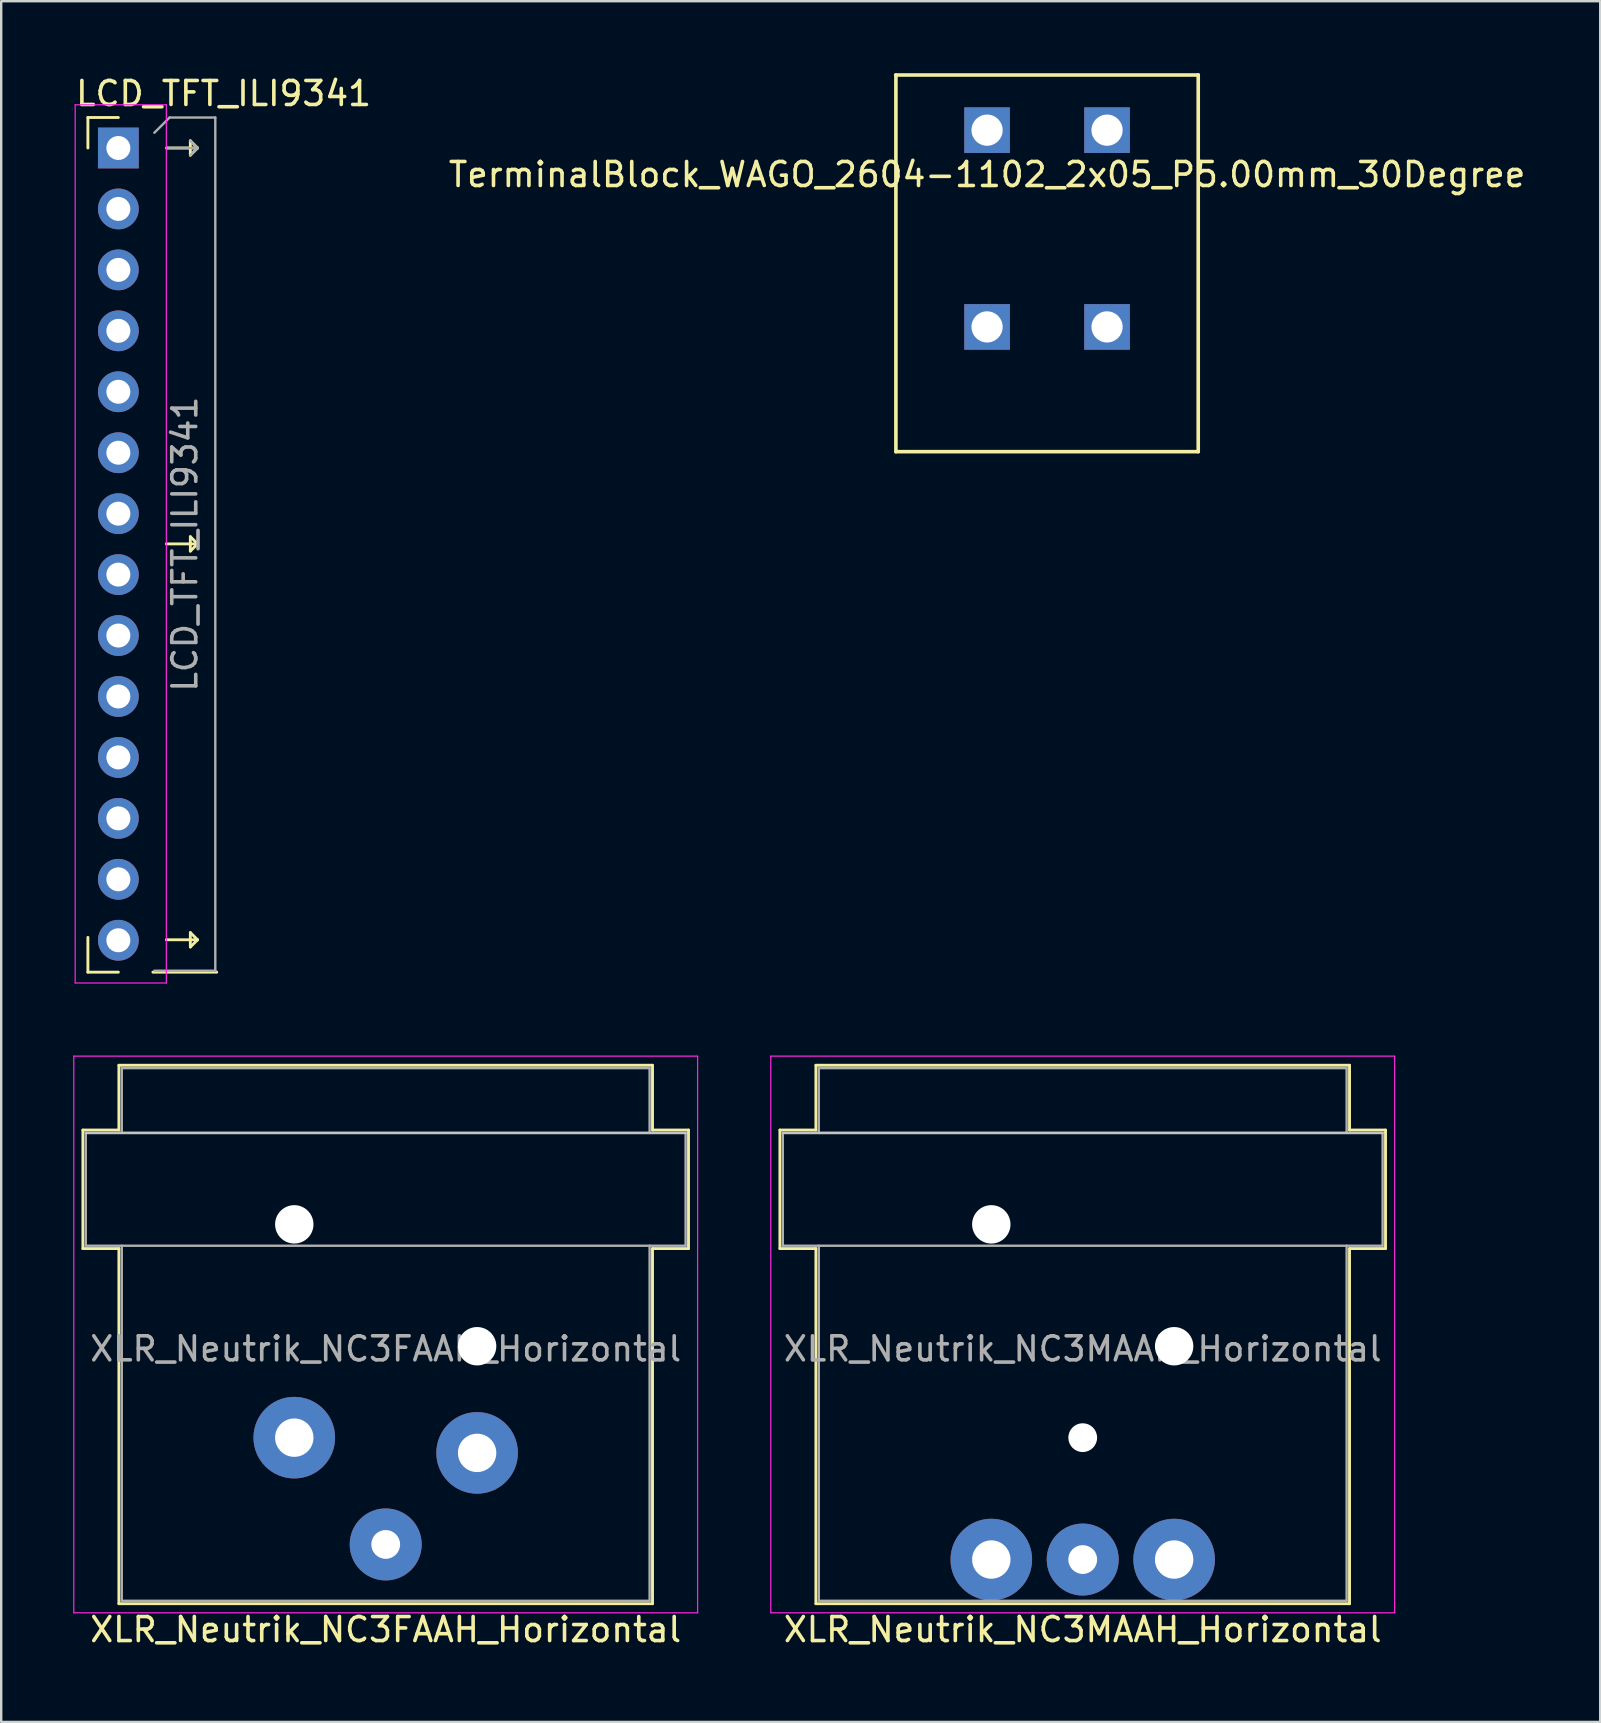
<source format=kicad_pcb>
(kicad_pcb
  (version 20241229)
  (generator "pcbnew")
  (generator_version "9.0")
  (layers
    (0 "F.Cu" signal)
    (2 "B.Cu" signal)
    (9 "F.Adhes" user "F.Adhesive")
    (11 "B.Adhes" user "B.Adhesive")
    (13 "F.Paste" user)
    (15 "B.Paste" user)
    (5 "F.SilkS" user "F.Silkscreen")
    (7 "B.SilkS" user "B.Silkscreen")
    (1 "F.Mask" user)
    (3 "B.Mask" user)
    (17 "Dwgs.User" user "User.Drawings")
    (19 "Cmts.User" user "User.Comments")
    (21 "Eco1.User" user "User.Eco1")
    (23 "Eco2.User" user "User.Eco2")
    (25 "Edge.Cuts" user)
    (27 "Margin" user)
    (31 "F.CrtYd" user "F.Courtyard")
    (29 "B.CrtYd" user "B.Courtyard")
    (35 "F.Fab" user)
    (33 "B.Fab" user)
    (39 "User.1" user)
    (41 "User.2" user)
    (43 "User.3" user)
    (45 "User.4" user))
  (footprint "XLR_Neutrik_NC3MAAH_Horizontal"
    (layer "F.Cu")
    (at 38.265 56.868)
    (property "Reference" "XLR_Neutrik_NC3MAAH_Horizontal" (at 3.81 8 0) (layer "F.SilkS") (effects (font (size 1 1) (thickness 0.15))))
    (attr through_hole)
    (fp_line (start -8.81 -12.82) (end -8.81 -7.88) (stroke (width 0.12) (type solid)) (layer "F.SilkS"))
    (fp_line (start -8.81 -12.82) (end -7.31 -12.82) (stroke (width 0.12) (type solid)) (layer "F.SilkS"))
    (fp_line (start -7.31 -15.52) (end 14.93 -15.52) (stroke (width 0.12) (type solid)) (layer "F.SilkS"))
    (fp_line (start -7.31 -12.82) (end -7.31 -15.52) (stroke (width 0.12) (type solid)) (layer "F.SilkS"))
    (fp_line (start -7.31 -7.88) (end -8.81 -7.88) (stroke (width 0.12) (type solid)) (layer "F.SilkS"))
    (fp_line (start -7.31 -7.88) (end -7.31 6.92) (stroke (width 0.12) (type solid)) (layer "F.SilkS"))
    (fp_line (start -7.31 6.92) (end 14.93 6.92) (stroke (width 0.12) (type solid)) (layer "F.SilkS"))
    (fp_line (start 14.93 -12.82) (end 14.93 -15.52) (stroke (width 0.12) (type solid)) (layer "F.SilkS"))
    (fp_line (start 14.93 -12.82) (end 16.43 -12.82) (stroke (width 0.12) (type solid)) (layer "F.SilkS"))
    (fp_line (start 14.93 -7.88) (end 14.93 6.92) (stroke (width 0.12) (type solid)) (layer "F.SilkS"))
    (fp_line (start 16.43 -12.82) (end 16.43 -7.88) (stroke (width 0.12) (type solid)) (layer "F.SilkS"))
    (fp_line (start 16.43 -7.88) (end 14.93 -7.88) (stroke (width 0.12) (type solid)) (layer "F.SilkS"))
    (fp_line (start -8.69 -12.7) (end 16.31 -12.7) (stroke (width 0.1) (type solid)) (layer "Dwgs.User"))
    (fp_line (start -9.19 -15.9) (end -9.19 7.3) (stroke (width 0.05) (type solid)) (layer "F.CrtYd"))
    (fp_line (start -9.19 -15.9) (end 16.81 -15.9) (stroke (width 0.05) (type solid)) (layer "F.CrtYd"))
    (fp_line (start -9.19 7.3) (end 16.81 7.3) (stroke (width 0.05) (type solid)) (layer "F.CrtYd"))
    (fp_line (start 16.81 -15.9) (end 16.81 7.3) (stroke (width 0.05) (type solid)) (layer "F.CrtYd"))
    (fp_line (start -8.69 -12.7) (end 16.31 -12.7) (stroke (width 0.1) (type solid)) (layer "F.Fab"))
    (fp_line (start -8.69 -8) (end -8.69 -12.7) (stroke (width 0.1) (type solid)) (layer "F.Fab"))
    (fp_line (start -7.19 -15.4) (end 14.81 -15.4) (stroke (width 0.1) (type solid)) (layer "F.Fab"))
    (fp_line (start -7.19 -12.7) (end -7.19 -15.4) (stroke (width 0.1) (type solid)) (layer "F.Fab"))
    (fp_line (start -7.19 -8) (end -7.19 6.8) (stroke (width 0.1) (type solid)) (layer "F.Fab"))
    (fp_line (start -7.19 6.8) (end 14.81 6.8) (stroke (width 0.1) (type solid)) (layer "F.Fab"))
    (fp_line (start 14.81 -15.4) (end 14.81 -12.7) (stroke (width 0.1) (type solid)) (layer "F.Fab"))
    (fp_line (start 14.81 6.8) (end 14.81 -8) (stroke (width 0.1) (type solid)) (layer "F.Fab"))
    (fp_line (start 16.31 -12.7) (end 16.31 -8) (stroke (width 0.1) (type solid)) (layer "F.Fab"))
    (fp_line (start 16.31 -8) (end -8.69 -8) (stroke (width 0.1) (type solid)) (layer "F.Fab"))
    (fp_text user "${REFERENCE}" (at 3.81 -3.7 0) (layer "F.Fab") (effects (font (size 1 1) (thickness 0.15))))
    (pad "" np_thru_hole circle (at 0 -8.89) (size 1.6 1.6) (drill 1.6) (layers "*.Cu" "*.Mask"))
    (pad "" np_thru_hole circle (at 3.81 0) (size 1.2 1.2) (drill 1.2) (layers "*.Cu" "*.Mask"))
    (pad "" np_thru_hole circle (at 7.62 -3.81) (size 1.6 1.6) (drill 1.6) (layers "*.Cu" "*.Mask"))
    (pad "1" thru_hole circle (at 0 5.08) (size 3.4 3.4) (drill 1.6) (layers "*.Cu" "*.Mask"))
    (pad "2" thru_hole circle (at 7.62 5.08) (size 3.4 3.4) (drill 1.6) (layers "*.Cu" "*.Mask"))
    (pad "3" thru_hole circle (at 3.81 5.08) (size 3 3) (drill 1.2) (layers "*.Cu" "*.Mask")))
  (footprint "XLR_Neutrik_NC3FAAH_Horizontal"
    (layer "F.Cu")
    (at 9.215 56.868)
    (property "Reference" "XLR_Neutrik_NC3FAAH_Horizontal" (at 3.81 8 0) (layer "F.SilkS") (effects (font (size 1 1) (thickness 0.15))))
    (attr through_hole)
    (fp_line (start -8.81 -12.82) (end -8.81 -7.88) (stroke (width 0.12) (type solid)) (layer "F.SilkS"))
    (fp_line (start -8.81 -12.82) (end -7.31 -12.82) (stroke (width 0.12) (type solid)) (layer "F.SilkS"))
    (fp_line (start -7.31 -15.52) (end 14.93 -15.52) (stroke (width 0.12) (type solid)) (layer "F.SilkS"))
    (fp_line (start -7.31 -12.82) (end -7.31 -15.52) (stroke (width 0.12) (type solid)) (layer "F.SilkS"))
    (fp_line (start -7.31 -7.88) (end -8.81 -7.88) (stroke (width 0.12) (type solid)) (layer "F.SilkS"))
    (fp_line (start -7.31 -7.88) (end -7.31 6.92) (stroke (width 0.12) (type solid)) (layer "F.SilkS"))
    (fp_line (start -7.31 6.92) (end 14.93 6.92) (stroke (width 0.12) (type solid)) (layer "F.SilkS"))
    (fp_line (start 14.93 -12.82) (end 14.93 -15.52) (stroke (width 0.12) (type solid)) (layer "F.SilkS"))
    (fp_line (start 14.93 -12.82) (end 16.43 -12.82) (stroke (width 0.12) (type solid)) (layer "F.SilkS"))
    (fp_line (start 14.93 -7.88) (end 14.93 6.92) (stroke (width 0.12) (type solid)) (layer "F.SilkS"))
    (fp_line (start 16.43 -12.82) (end 16.43 -7.88) (stroke (width 0.12) (type solid)) (layer "F.SilkS"))
    (fp_line (start 16.43 -7.88) (end 14.93 -7.88) (stroke (width 0.12) (type solid)) (layer "F.SilkS"))
    (fp_line (start -8.69 -12.7) (end 16.31 -12.7) (stroke (width 0.1) (type solid)) (layer "Dwgs.User"))
    (fp_line (start -9.19 -15.9) (end -9.19 7.3) (stroke (width 0.05) (type solid)) (layer "F.CrtYd"))
    (fp_line (start -9.19 -15.9) (end 16.81 -15.9) (stroke (width 0.05) (type solid)) (layer "F.CrtYd"))
    (fp_line (start -9.19 7.3) (end 16.81 7.3) (stroke (width 0.05) (type solid)) (layer "F.CrtYd"))
    (fp_line (start 16.81 -15.9) (end 16.81 7.3) (stroke (width 0.05) (type solid)) (layer "F.CrtYd"))
    (fp_line (start -8.69 -12.7) (end 16.31 -12.7) (stroke (width 0.1) (type solid)) (layer "F.Fab"))
    (fp_line (start -8.69 -8) (end -8.69 -12.7) (stroke (width 0.1) (type solid)) (layer "F.Fab"))
    (fp_line (start -7.19 -15.4) (end 14.81 -15.4) (stroke (width 0.1) (type solid)) (layer "F.Fab"))
    (fp_line (start -7.19 -12.7) (end -7.19 -15.4) (stroke (width 0.1) (type solid)) (layer "F.Fab"))
    (fp_line (start -7.19 -8) (end -7.19 6.8) (stroke (width 0.1) (type solid)) (layer "F.Fab"))
    (fp_line (start -7.19 6.8) (end 14.81 6.8) (stroke (width 0.1) (type solid)) (layer "F.Fab"))
    (fp_line (start 14.81 -15.4) (end 14.81 -12.7) (stroke (width 0.1) (type solid)) (layer "F.Fab"))
    (fp_line (start 14.81 6.8) (end 14.81 -8) (stroke (width 0.1) (type solid)) (layer "F.Fab"))
    (fp_line (start 16.31 -12.7) (end 16.31 -8) (stroke (width 0.1) (type solid)) (layer "F.Fab"))
    (fp_line (start 16.31 -8) (end -8.69 -8) (stroke (width 0.1) (type solid)) (layer "F.Fab"))
    (fp_text user "${REFERENCE}" (at 3.81 -3.7 0) (layer "F.Fab") (effects (font (size 1 1) (thickness 0.15))))
    (pad "" np_thru_hole circle (at 0 -8.89) (size 1.6 1.6) (drill 1.6) (layers "*.Cu" "*.Mask"))
    (pad "" np_thru_hole circle (at 7.62 -3.81) (size 1.6 1.6) (drill 1.6) (layers "*.Cu" "*.Mask"))
    (pad "1" thru_hole circle (at 0 0) (size 3.4 3.4) (drill 1.6) (layers "*.Cu" "*.Mask"))
    (pad "2" thru_hole circle (at 7.62 0.635) (size 3.4 3.4) (drill 1.6) (layers "*.Cu" "*.Mask"))
    (pad "3" thru_hole circle (at 3.81 4.45) (size 3 3) (drill 1.2) (layers "*.Cu" "*.Mask")))
  (footprint "LCD_TFT_ILI9341"
    (layer "F.Cu")
    (at 1.883 3.118)
    (property "Reference" "LCD_TFT_ILI9341" (at 4.385 -2.27 0) (layer "F.SilkS") (effects (font (size 1 1) (thickness 0.15))))
    (attr through_hole)
    (fp_line (start -1.27 -1.27) (end 0 -1.27) (stroke (width 0.12) (type solid)) (layer "F.SilkS"))
    (fp_line (start -1.27 0) (end -1.27 -1.27) (stroke (width 0.12) (type solid)) (layer "F.SilkS"))
    (fp_line (start -1.27 34.35) (end -1.27 32.9) (stroke (width 0.12) (type solid)) (layer "F.SilkS"))
    (fp_line (start 0 34.35) (end -1.27 34.35) (stroke (width 0.12) (type solid)) (layer "F.SilkS"))
    (fp_line (start 1.44 34.35) (end 4.1 34.35) (stroke (width 0.12) (type solid)) (layer "F.SilkS"))
    (fp_line (start 2 0) (end 3.3 0) (stroke (width 0.12) (type solid)) (layer "F.SilkS"))
    (fp_line (start 2 16.5) (end 3.3 16.5) (stroke (width 0.12) (type solid)) (layer "F.SilkS"))
    (fp_line (start 2 33) (end 3.3 33) (stroke (width 0.12) (type solid)) (layer "F.SilkS"))
    (fp_line (start 3 -0.3) (end 3 0.3) (stroke (width 0.12) (type solid)) (layer "F.SilkS"))
    (fp_line (start 3 0.3) (end 3.3 0) (stroke (width 0.12) (type solid)) (layer "F.SilkS"))
    (fp_line (start 3 16.2) (end 3 16.8) (stroke (width 0.12) (type solid)) (layer "F.SilkS"))
    (fp_line (start 3 16.8) (end 3.3 16.5) (stroke (width 0.12) (type solid)) (layer "F.SilkS"))
    (fp_line (start 3 32.7) (end 3 33.3) (stroke (width 0.12) (type solid)) (layer "F.SilkS"))
    (fp_line (start 3 33.3) (end 3.3 33) (stroke (width 0.12) (type solid)) (layer "F.SilkS"))
    (fp_line (start 3.3 0) (end 3 -0.3) (stroke (width 0.12) (type solid)) (layer "F.SilkS"))
    (fp_line (start 3.3 16.5) (end 3 16.2) (stroke (width 0.12) (type solid)) (layer "F.SilkS"))
    (fp_line (start 3.3 33) (end 3 32.7) (stroke (width 0.12) (type solid)) (layer "F.SilkS"))
    (fp_line (start -1.8 -1.8) (end -1.8 34.8) (stroke (width 0.05) (type solid)) (layer "F.CrtYd"))
    (fp_line (start -1.8 34.8) (end 2 34.8) (stroke (width 0.05) (type solid)) (layer "F.CrtYd"))
    (fp_line (start 2 -1.8) (end -1.8 -1.8) (stroke (width 0.05) (type solid)) (layer "F.CrtYd"))
    (fp_line (start 2 34.8) (end 2 -1.8) (stroke (width 0.05) (type solid)) (layer "F.CrtYd"))
    (fp_line (start -0.32 -0.32) (end -0.32 0.32) (stroke (width 0.1) (type solid)) (layer "F.Fab"))
    (fp_line (start -0.32 2.22) (end -0.32 2.86) (stroke (width 0.1) (type solid)) (layer "F.Fab"))
    (fp_line (start -0.32 4.76) (end -0.32 5.4) (stroke (width 0.1) (type solid)) (layer "F.Fab"))
    (fp_line (start -0.32 7.3) (end -0.32 7.94) (stroke (width 0.1) (type solid)) (layer "F.Fab"))
    (fp_line (start -0.32 9.84) (end -0.32 10.48) (stroke (width 0.1) (type solid)) (layer "F.Fab"))
    (fp_line (start -0.32 12.38) (end -0.32 13.02) (stroke (width 0.1) (type solid)) (layer "F.Fab"))
    (fp_line (start -0.32 14.92) (end -0.32 15.56) (stroke (width 0.1) (type solid)) (layer "F.Fab"))
    (fp_line (start -0.32 17.46) (end -0.32 18.1) (stroke (width 0.1) (type solid)) (layer "F.Fab"))
    (fp_line (start -0.32 20) (end -0.32 20.64) (stroke (width 0.1) (type solid)) (layer "F.Fab"))
    (fp_line (start -0.32 22.54) (end -0.32 23.18) (stroke (width 0.1) (type solid)) (layer "F.Fab"))
    (fp_line (start -0.32 25.08) (end -0.32 25.72) (stroke (width 0.1) (type solid)) (layer "F.Fab"))
    (fp_line (start -0.32 27.62) (end -0.32 28.26) (stroke (width 0.1) (type solid)) (layer "F.Fab"))
    (fp_line (start -0.32 30.16) (end -0.32 30.8) (stroke (width 0.1) (type solid)) (layer "F.Fab"))
    (fp_line (start -0.32 32.7) (end -0.32 33.34) (stroke (width 0.1) (type solid)) (layer "F.Fab"))
    (fp_line (start 1.5 -0.635) (end 2.135 -1.27) (stroke (width 0.1) (type solid)) (layer "F.Fab"))
    (fp_line (start 2 0) (end 3.3 0) (stroke (width 0.1) (type solid)) (layer "F.Fab"))
    (fp_line (start 2.135 -1.27) (end 4.04 -1.27) (stroke (width 0.1) (type solid)) (layer "F.Fab"))
    (fp_line (start 3.3 0) (end 3 -0.3) (stroke (width 0.1) (type solid)) (layer "F.Fab"))
    (fp_line (start 3.3 0) (end 3 0.3) (stroke (width 0.1) (type solid)) (layer "F.Fab"))
    (fp_line (start 4.04 -1.27) (end 4.04 34.29) (stroke (width 0.1) (type solid)) (layer "F.Fab"))
    (fp_line (start 4.04 34.29) (end 1.5 34.29) (stroke (width 0.1) (type solid)) (layer "F.Fab"))
    (fp_text user "${REFERENCE}" (at 2.77 16.51 90) (layer "F.Fab") (effects (font (size 1 1) (thickness 0.15))))
    (pad "1" thru_hole rect (at 0 0) (size 1.7 1.7) (drill 1) (layers "*.Cu" "*.Mask"))
    (pad "2" thru_hole oval (at 0 2.54) (size 1.7 1.7) (drill 1) (layers "*.Cu" "*.Mask"))
    (pad "3" thru_hole oval (at 0 5.08) (size 1.7 1.7) (drill 1) (layers "*.Cu" "*.Mask"))
    (pad "4" thru_hole oval (at 0 7.62) (size 1.7 1.7) (drill 1) (layers "*.Cu" "*.Mask"))
    (pad "5" thru_hole oval (at 0 10.16) (size 1.7 1.7) (drill 1) (layers "*.Cu" "*.Mask"))
    (pad "6" thru_hole oval (at 0 12.7) (size 1.7 1.7) (drill 1) (layers "*.Cu" "*.Mask"))
    (pad "7" thru_hole oval (at 0 15.24) (size 1.7 1.7) (drill 1) (layers "*.Cu" "*.Mask"))
    (pad "8" thru_hole oval (at 0 17.78) (size 1.7 1.7) (drill 1) (layers "*.Cu" "*.Mask"))
    (pad "9" thru_hole oval (at 0 20.32) (size 1.7 1.7) (drill 1) (layers "*.Cu" "*.Mask"))
    (pad "10" thru_hole oval (at 0 22.86) (size 1.7 1.7) (drill 1) (layers "*.Cu" "*.Mask"))
    (pad "11" thru_hole oval (at 0 25.4) (size 1.7 1.7) (drill 1) (layers "*.Cu" "*.Mask"))
    (pad "12" thru_hole oval (at 0 27.94) (size 1.7 1.7) (drill 1) (layers "*.Cu" "*.Mask"))
    (pad "13" thru_hole oval (at 0 30.48) (size 1.7 1.7) (drill 1) (layers "*.Cu" "*.Mask"))
    (pad "14" thru_hole oval (at 0 33.02) (size 1.7 1.7) (drill 1) (layers "*.Cu" "*.Mask")))
  (footprint "TerminalBlock_WAGO_2604-1102_2x05_P5.00mm_30Degree"
    (layer "F.Cu")
    (at 38.089 10.575)
    (property "Reference" "TerminalBlock_WAGO_2604-1102_2x05_P5.00mm_30Degree" (at 0 -6.35 0) (layer "F.SilkS") (effects (font (size 1 1) (thickness 0.15))))
    (attr through_hole)
    (fp_line (start -3.8 -10.5) (end -3.8 5.2) (stroke (width 0.15) (type solid)) (layer "F.SilkS"))
    (fp_line (start -3.8 5.2) (end 8.8 5.2) (stroke (width 0.15) (type solid)) (layer "F.SilkS"))
    (fp_line (start 8.8 -10.5) (end -3.81 -10.5) (stroke (width 0.15) (type solid)) (layer "F.SilkS"))
    (fp_line (start 8.8 5.2) (end 8.8 -10.5) (stroke (width 0.15) (type solid)) (layer "F.SilkS"))
    (pad "1" thru_hole rect (at 0 -8.2) (size 1.9 1.9) (drill 1.3) (layers "*.Cu" "*.Mask"))
    (pad "1" thru_hole rect (at 0 0) (size 1.9 1.9) (drill 1.3) (layers "*.Cu" "*.Mask"))
    (pad "2" thru_hole rect (at 5 -8.2) (size 1.9 1.9) (drill 1.3) (layers "*.Cu" "*.Mask"))
    (pad "2" thru_hole rect (at 5 0) (size 1.9 1.9) (drill 1.3) (layers "*.Cu" "*.Mask")))
  (gr_rect
    (start -3 -3)
    (end 63.643 68.716)
    (stroke (width 0.1) (type default))
    (fill no)
    (layer "Edge.Cuts")))
</source>
